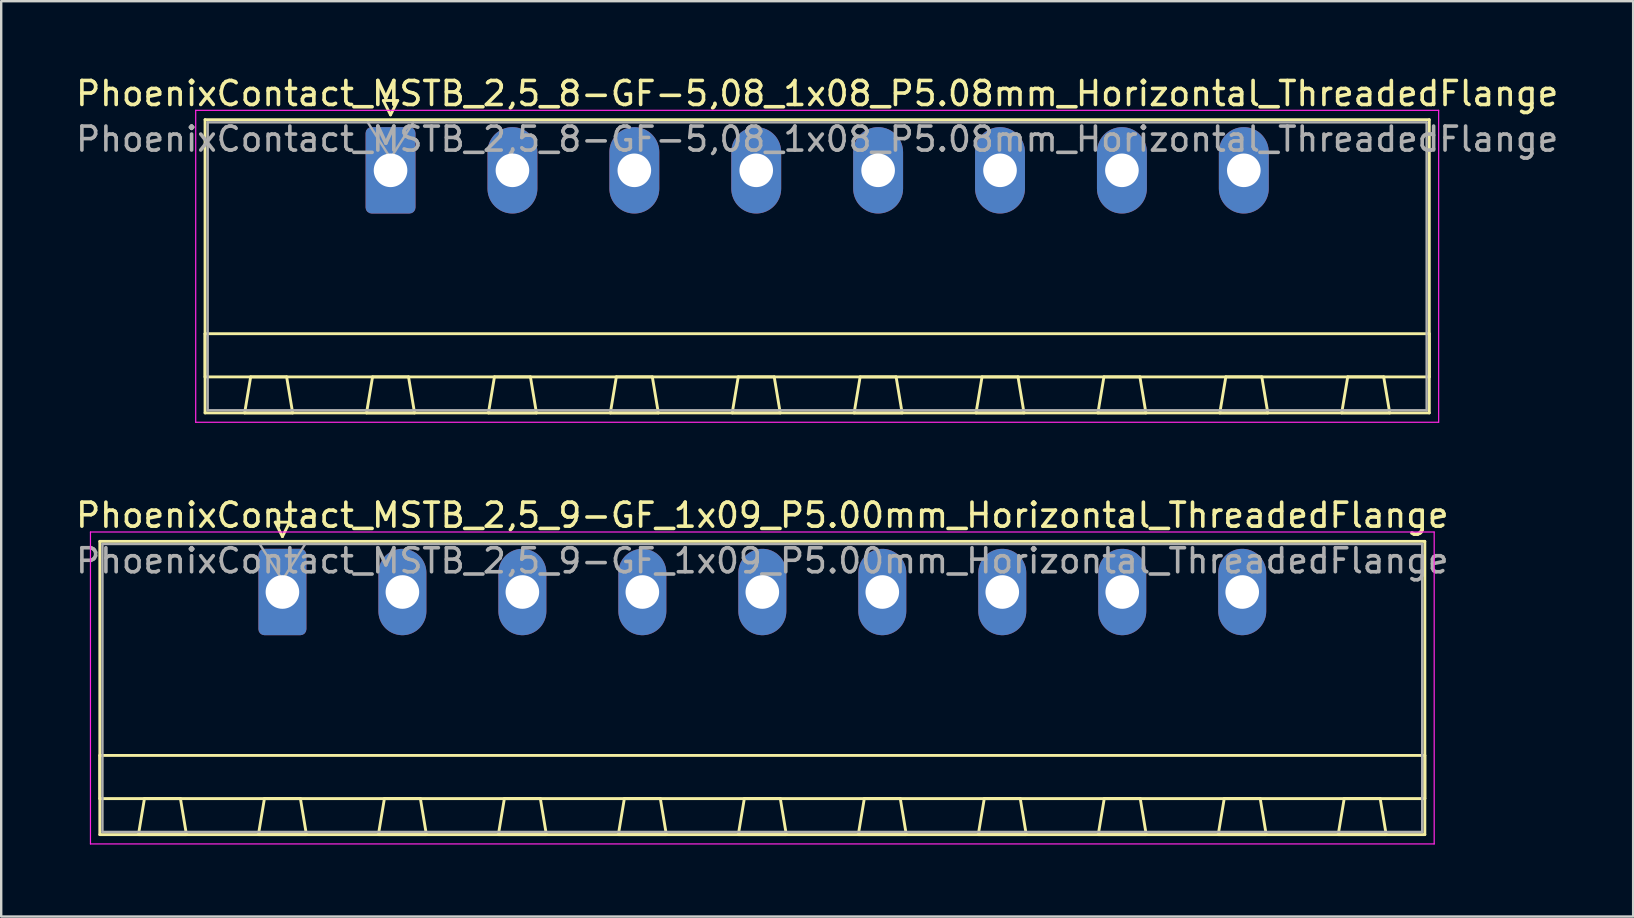
<source format=kicad_pcb>
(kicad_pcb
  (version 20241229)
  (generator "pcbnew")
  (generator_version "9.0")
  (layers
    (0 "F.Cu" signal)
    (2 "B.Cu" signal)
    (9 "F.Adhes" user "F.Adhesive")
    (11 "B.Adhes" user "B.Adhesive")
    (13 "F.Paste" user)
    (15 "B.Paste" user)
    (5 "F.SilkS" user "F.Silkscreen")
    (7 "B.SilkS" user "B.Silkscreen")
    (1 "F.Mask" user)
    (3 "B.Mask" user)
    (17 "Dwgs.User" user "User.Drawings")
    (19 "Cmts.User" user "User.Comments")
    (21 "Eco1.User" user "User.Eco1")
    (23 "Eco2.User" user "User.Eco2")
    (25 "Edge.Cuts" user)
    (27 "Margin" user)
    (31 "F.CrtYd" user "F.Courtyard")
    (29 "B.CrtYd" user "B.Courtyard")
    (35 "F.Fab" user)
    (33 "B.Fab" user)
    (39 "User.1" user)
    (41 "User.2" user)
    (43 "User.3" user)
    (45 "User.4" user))
  (footprint "PhoenixContact_MSTB_2,5_8-GF-5,08_1x08_P5.08mm_Horizontal_ThreadedFlange"
    (layer "F.Cu")
    (at 13.226 4.048)
    (property "Reference" "PhoenixContact_MSTB_2,5_8-GF-5,08_1x08_P5.08mm_Horizontal_ThreadedFlange" (at 17.78 -3.2 0) (layer "F.SilkS") (effects (font (size 1 1) (thickness 0.15))))
    (attr through_hole)
    (fp_line (start -7.73 -2.11) (end -7.73 10.11) (stroke (width 0.12) (type solid)) (layer "F.SilkS"))
    (fp_line (start -7.73 6.81) (end 43.29 6.81) (stroke (width 0.12) (type solid)) (layer "F.SilkS"))
    (fp_line (start -7.73 8.61) (end -7.73 6.81) (stroke (width 0.12) (type solid)) (layer "F.SilkS"))
    (fp_line (start -7.73 10.11) (end 43.29 10.11) (stroke (width 0.12) (type solid)) (layer "F.SilkS"))
    (fp_line (start -6.08 10.11) (end -4.08 10.11) (stroke (width 0.12) (type solid)) (layer "F.SilkS"))
    (fp_line (start -5.83 8.61) (end -6.08 10.11) (stroke (width 0.12) (type solid)) (layer "F.SilkS"))
    (fp_line (start -4.33 8.61) (end -5.83 8.61) (stroke (width 0.12) (type solid)) (layer "F.SilkS"))
    (fp_line (start -4.08 10.11) (end -4.33 8.61) (stroke (width 0.12) (type solid)) (layer "F.SilkS"))
    (fp_line (start -1 10.11) (end 1 10.11) (stroke (width 0.12) (type solid)) (layer "F.SilkS"))
    (fp_line (start -0.75 8.61) (end -1 10.11) (stroke (width 0.12) (type solid)) (layer "F.SilkS"))
    (fp_line (start -0.3 -2.91) (end 0.3 -2.91) (stroke (width 0.12) (type solid)) (layer "F.SilkS"))
    (fp_line (start 0 -2.31) (end -0.3 -2.91) (stroke (width 0.12) (type solid)) (layer "F.SilkS"))
    (fp_line (start 0.3 -2.91) (end 0 -2.31) (stroke (width 0.12) (type solid)) (layer "F.SilkS"))
    (fp_line (start 0.75 8.61) (end -0.75 8.61) (stroke (width 0.12) (type solid)) (layer "F.SilkS"))
    (fp_line (start 1 10.11) (end 0.75 8.61) (stroke (width 0.12) (type solid)) (layer "F.SilkS"))
    (fp_line (start 4.08 10.11) (end 6.08 10.11) (stroke (width 0.12) (type solid)) (layer "F.SilkS"))
    (fp_line (start 4.33 8.61) (end 4.08 10.11) (stroke (width 0.12) (type solid)) (layer "F.SilkS"))
    (fp_line (start 5.83 8.61) (end 4.33 8.61) (stroke (width 0.12) (type solid)) (layer "F.SilkS"))
    (fp_line (start 6.08 10.11) (end 5.83 8.61) (stroke (width 0.12) (type solid)) (layer "F.SilkS"))
    (fp_line (start 9.16 10.11) (end 11.16 10.11) (stroke (width 0.12) (type solid)) (layer "F.SilkS"))
    (fp_line (start 9.41 8.61) (end 9.16 10.11) (stroke (width 0.12) (type solid)) (layer "F.SilkS"))
    (fp_line (start 10.91 8.61) (end 9.41 8.61) (stroke (width 0.12) (type solid)) (layer "F.SilkS"))
    (fp_line (start 11.16 10.11) (end 10.91 8.61) (stroke (width 0.12) (type solid)) (layer "F.SilkS"))
    (fp_line (start 14.24 10.11) (end 16.24 10.11) (stroke (width 0.12) (type solid)) (layer "F.SilkS"))
    (fp_line (start 14.49 8.61) (end 14.24 10.11) (stroke (width 0.12) (type solid)) (layer "F.SilkS"))
    (fp_line (start 15.99 8.61) (end 14.49 8.61) (stroke (width 0.12) (type solid)) (layer "F.SilkS"))
    (fp_line (start 16.24 10.11) (end 15.99 8.61) (stroke (width 0.12) (type solid)) (layer "F.SilkS"))
    (fp_line (start 19.32 10.11) (end 21.32 10.11) (stroke (width 0.12) (type solid)) (layer "F.SilkS"))
    (fp_line (start 19.57 8.61) (end 19.32 10.11) (stroke (width 0.12) (type solid)) (layer "F.SilkS"))
    (fp_line (start 21.07 8.61) (end 19.57 8.61) (stroke (width 0.12) (type solid)) (layer "F.SilkS"))
    (fp_line (start 21.32 10.11) (end 21.07 8.61) (stroke (width 0.12) (type solid)) (layer "F.SilkS"))
    (fp_line (start 24.4 10.11) (end 26.4 10.11) (stroke (width 0.12) (type solid)) (layer "F.SilkS"))
    (fp_line (start 24.65 8.61) (end 24.4 10.11) (stroke (width 0.12) (type solid)) (layer "F.SilkS"))
    (fp_line (start 26.15 8.61) (end 24.65 8.61) (stroke (width 0.12) (type solid)) (layer "F.SilkS"))
    (fp_line (start 26.4 10.11) (end 26.15 8.61) (stroke (width 0.12) (type solid)) (layer "F.SilkS"))
    (fp_line (start 29.48 10.11) (end 31.48 10.11) (stroke (width 0.12) (type solid)) (layer "F.SilkS"))
    (fp_line (start 29.73 8.61) (end 29.48 10.11) (stroke (width 0.12) (type solid)) (layer "F.SilkS"))
    (fp_line (start 31.23 8.61) (end 29.73 8.61) (stroke (width 0.12) (type solid)) (layer "F.SilkS"))
    (fp_line (start 31.48 10.11) (end 31.23 8.61) (stroke (width 0.12) (type solid)) (layer "F.SilkS"))
    (fp_line (start 34.56 10.11) (end 36.56 10.11) (stroke (width 0.12) (type solid)) (layer "F.SilkS"))
    (fp_line (start 34.81 8.61) (end 34.56 10.11) (stroke (width 0.12) (type solid)) (layer "F.SilkS"))
    (fp_line (start 36.31 8.61) (end 34.81 8.61) (stroke (width 0.12) (type solid)) (layer "F.SilkS"))
    (fp_line (start 36.56 10.11) (end 36.31 8.61) (stroke (width 0.12) (type solid)) (layer "F.SilkS"))
    (fp_line (start 39.64 10.11) (end 41.64 10.11) (stroke (width 0.12) (type solid)) (layer "F.SilkS"))
    (fp_line (start 39.89 8.61) (end 39.64 10.11) (stroke (width 0.12) (type solid)) (layer "F.SilkS"))
    (fp_line (start 41.39 8.61) (end 39.89 8.61) (stroke (width 0.12) (type solid)) (layer "F.SilkS"))
    (fp_line (start 41.64 10.11) (end 41.39 8.61) (stroke (width 0.12) (type solid)) (layer "F.SilkS"))
    (fp_line (start 43.29 -2.11) (end -7.73 -2.11) (stroke (width 0.12) (type solid)) (layer "F.SilkS"))
    (fp_line (start 43.29 6.81) (end 43.29 8.61) (stroke (width 0.12) (type solid)) (layer "F.SilkS"))
    (fp_line (start 43.29 8.61) (end -7.73 8.61) (stroke (width 0.12) (type solid)) (layer "F.SilkS"))
    (fp_line (start 43.29 10.11) (end 43.29 -2.11) (stroke (width 0.12) (type solid)) (layer "F.SilkS"))
    (fp_line (start -8.12 -2.5) (end -8.12 10.5) (stroke (width 0.05) (type solid)) (layer "F.CrtYd"))
    (fp_line (start -8.12 10.5) (end 43.68 10.5) (stroke (width 0.05) (type solid)) (layer "F.CrtYd"))
    (fp_line (start 43.68 -2.5) (end -8.12 -2.5) (stroke (width 0.05) (type solid)) (layer "F.CrtYd"))
    (fp_line (start 43.68 10.5) (end 43.68 -2.5) (stroke (width 0.05) (type solid)) (layer "F.CrtYd"))
    (fp_line (start -7.62 -2) (end -7.62 10) (stroke (width 0.1) (type solid)) (layer "F.Fab"))
    (fp_line (start -7.62 10) (end 43.18 10) (stroke (width 0.1) (type solid)) (layer "F.Fab"))
    (fp_line (start 0 -0.5) (end -0.95 -2) (stroke (width 0.1) (type solid)) (layer "F.Fab"))
    (fp_line (start 0.95 -2) (end 0 -0.5) (stroke (width 0.1) (type solid)) (layer "F.Fab"))
    (fp_line (start 43.18 -2) (end -7.62 -2) (stroke (width 0.1) (type solid)) (layer "F.Fab"))
    (fp_line (start 43.18 10) (end 43.18 -2) (stroke (width 0.1) (type solid)) (layer "F.Fab"))
    (fp_text user "${REFERENCE}" (at 17.78 -1.3 0) (layer "F.Fab") (effects (font (size 1 1) (thickness 0.15))))
    (pad "1" thru_hole roundrect (at 0 0) (size 2.08 3.6) (drill 1.4) (layers "*.Cu" "*.Mask") (roundrect_rratio 0.12))
    (pad "2" thru_hole oval (at 5.08 0) (size 2.08 3.6) (drill 1.4) (layers "*.Cu" "*.Mask"))
    (pad "3" thru_hole oval (at 10.16 0) (size 2.08 3.6) (drill 1.4) (layers "*.Cu" "*.Mask"))
    (pad "4" thru_hole oval (at 15.24 0) (size 2.08 3.6) (drill 1.4) (layers "*.Cu" "*.Mask"))
    (pad "5" thru_hole oval (at 20.32 0) (size 2.08 3.6) (drill 1.4) (layers "*.Cu" "*.Mask"))
    (pad "6" thru_hole oval (at 25.4 0) (size 2.08 3.6) (drill 1.4) (layers "*.Cu" "*.Mask"))
    (pad "7" thru_hole oval (at 30.48 0) (size 2.08 3.6) (drill 1.4) (layers "*.Cu" "*.Mask"))
    (pad "8" thru_hole oval (at 35.56 0) (size 2.08 3.6) (drill 1.4) (layers "*.Cu" "*.Mask")))
  (footprint "PhoenixContact_MSTB_2,5_9-GF_1x09_P5.00mm_Horizontal_ThreadedFlange"
    (layer "F.Cu")
    (at 8.72 21.622)
    (property "Reference" "PhoenixContact_MSTB_2,5_9-GF_1x09_P5.00mm_Horizontal_ThreadedFlange" (at 20 -3.2 0) (layer "F.SilkS") (effects (font (size 1 1) (thickness 0.15))))
    (attr through_hole)
    (fp_line (start -7.61 -2.11) (end -7.61 10.11) (stroke (width 0.12) (type solid)) (layer "F.SilkS"))
    (fp_line (start -7.61 6.81) (end 47.61 6.81) (stroke (width 0.12) (type solid)) (layer "F.SilkS"))
    (fp_line (start -7.61 8.61) (end -7.61 6.81) (stroke (width 0.12) (type solid)) (layer "F.SilkS"))
    (fp_line (start -7.61 10.11) (end 47.61 10.11) (stroke (width 0.12) (type solid)) (layer "F.SilkS"))
    (fp_line (start -6 10.11) (end -4 10.11) (stroke (width 0.12) (type solid)) (layer "F.SilkS"))
    (fp_line (start -5.75 8.61) (end -6 10.11) (stroke (width 0.12) (type solid)) (layer "F.SilkS"))
    (fp_line (start -4.25 8.61) (end -5.75 8.61) (stroke (width 0.12) (type solid)) (layer "F.SilkS"))
    (fp_line (start -4 10.11) (end -4.25 8.61) (stroke (width 0.12) (type solid)) (layer "F.SilkS"))
    (fp_line (start -1 10.11) (end 1 10.11) (stroke (width 0.12) (type solid)) (layer "F.SilkS"))
    (fp_line (start -0.75 8.61) (end -1 10.11) (stroke (width 0.12) (type solid)) (layer "F.SilkS"))
    (fp_line (start -0.3 -2.91) (end 0.3 -2.91) (stroke (width 0.12) (type solid)) (layer "F.SilkS"))
    (fp_line (start 0 -2.31) (end -0.3 -2.91) (stroke (width 0.12) (type solid)) (layer "F.SilkS"))
    (fp_line (start 0.3 -2.91) (end 0 -2.31) (stroke (width 0.12) (type solid)) (layer "F.SilkS"))
    (fp_line (start 0.75 8.61) (end -0.75 8.61) (stroke (width 0.12) (type solid)) (layer "F.SilkS"))
    (fp_line (start 1 10.11) (end 0.75 8.61) (stroke (width 0.12) (type solid)) (layer "F.SilkS"))
    (fp_line (start 4 10.11) (end 6 10.11) (stroke (width 0.12) (type solid)) (layer "F.SilkS"))
    (fp_line (start 4.25 8.61) (end 4 10.11) (stroke (width 0.12) (type solid)) (layer "F.SilkS"))
    (fp_line (start 5.75 8.61) (end 4.25 8.61) (stroke (width 0.12) (type solid)) (layer "F.SilkS"))
    (fp_line (start 6 10.11) (end 5.75 8.61) (stroke (width 0.12) (type solid)) (layer "F.SilkS"))
    (fp_line (start 9 10.11) (end 11 10.11) (stroke (width 0.12) (type solid)) (layer "F.SilkS"))
    (fp_line (start 9.25 8.61) (end 9 10.11) (stroke (width 0.12) (type solid)) (layer "F.SilkS"))
    (fp_line (start 10.75 8.61) (end 9.25 8.61) (stroke (width 0.12) (type solid)) (layer "F.SilkS"))
    (fp_line (start 11 10.11) (end 10.75 8.61) (stroke (width 0.12) (type solid)) (layer "F.SilkS"))
    (fp_line (start 14 10.11) (end 16 10.11) (stroke (width 0.12) (type solid)) (layer "F.SilkS"))
    (fp_line (start 14.25 8.61) (end 14 10.11) (stroke (width 0.12) (type solid)) (layer "F.SilkS"))
    (fp_line (start 15.75 8.61) (end 14.25 8.61) (stroke (width 0.12) (type solid)) (layer "F.SilkS"))
    (fp_line (start 16 10.11) (end 15.75 8.61) (stroke (width 0.12) (type solid)) (layer "F.SilkS"))
    (fp_line (start 19 10.11) (end 21 10.11) (stroke (width 0.12) (type solid)) (layer "F.SilkS"))
    (fp_line (start 19.25 8.61) (end 19 10.11) (stroke (width 0.12) (type solid)) (layer "F.SilkS"))
    (fp_line (start 20.75 8.61) (end 19.25 8.61) (stroke (width 0.12) (type solid)) (layer "F.SilkS"))
    (fp_line (start 21 10.11) (end 20.75 8.61) (stroke (width 0.12) (type solid)) (layer "F.SilkS"))
    (fp_line (start 24 10.11) (end 26 10.11) (stroke (width 0.12) (type solid)) (layer "F.SilkS"))
    (fp_line (start 24.25 8.61) (end 24 10.11) (stroke (width 0.12) (type solid)) (layer "F.SilkS"))
    (fp_line (start 25.75 8.61) (end 24.25 8.61) (stroke (width 0.12) (type solid)) (layer "F.SilkS"))
    (fp_line (start 26 10.11) (end 25.75 8.61) (stroke (width 0.12) (type solid)) (layer "F.SilkS"))
    (fp_line (start 29 10.11) (end 31 10.11) (stroke (width 0.12) (type solid)) (layer "F.SilkS"))
    (fp_line (start 29.25 8.61) (end 29 10.11) (stroke (width 0.12) (type solid)) (layer "F.SilkS"))
    (fp_line (start 30.75 8.61) (end 29.25 8.61) (stroke (width 0.12) (type solid)) (layer "F.SilkS"))
    (fp_line (start 31 10.11) (end 30.75 8.61) (stroke (width 0.12) (type solid)) (layer "F.SilkS"))
    (fp_line (start 34 10.11) (end 36 10.11) (stroke (width 0.12) (type solid)) (layer "F.SilkS"))
    (fp_line (start 34.25 8.61) (end 34 10.11) (stroke (width 0.12) (type solid)) (layer "F.SilkS"))
    (fp_line (start 35.75 8.61) (end 34.25 8.61) (stroke (width 0.12) (type solid)) (layer "F.SilkS"))
    (fp_line (start 36 10.11) (end 35.75 8.61) (stroke (width 0.12) (type solid)) (layer "F.SilkS"))
    (fp_line (start 39 10.11) (end 41 10.11) (stroke (width 0.12) (type solid)) (layer "F.SilkS"))
    (fp_line (start 39.25 8.61) (end 39 10.11) (stroke (width 0.12) (type solid)) (layer "F.SilkS"))
    (fp_line (start 40.75 8.61) (end 39.25 8.61) (stroke (width 0.12) (type solid)) (layer "F.SilkS"))
    (fp_line (start 41 10.11) (end 40.75 8.61) (stroke (width 0.12) (type solid)) (layer "F.SilkS"))
    (fp_line (start 44 10.11) (end 46 10.11) (stroke (width 0.12) (type solid)) (layer "F.SilkS"))
    (fp_line (start 44.25 8.61) (end 44 10.11) (stroke (width 0.12) (type solid)) (layer "F.SilkS"))
    (fp_line (start 45.75 8.61) (end 44.25 8.61) (stroke (width 0.12) (type solid)) (layer "F.SilkS"))
    (fp_line (start 46 10.11) (end 45.75 8.61) (stroke (width 0.12) (type solid)) (layer "F.SilkS"))
    (fp_line (start 47.61 -2.11) (end -7.61 -2.11) (stroke (width 0.12) (type solid)) (layer "F.SilkS"))
    (fp_line (start 47.61 6.81) (end 47.61 8.61) (stroke (width 0.12) (type solid)) (layer "F.SilkS"))
    (fp_line (start 47.61 8.61) (end -7.61 8.61) (stroke (width 0.12) (type solid)) (layer "F.SilkS"))
    (fp_line (start 47.61 10.11) (end 47.61 -2.11) (stroke (width 0.12) (type solid)) (layer "F.SilkS"))
    (fp_line (start -8 -2.5) (end -8 10.5) (stroke (width 0.05) (type solid)) (layer "F.CrtYd"))
    (fp_line (start -8 10.5) (end 48 10.5) (stroke (width 0.05) (type solid)) (layer "F.CrtYd"))
    (fp_line (start 48 -2.5) (end -8 -2.5) (stroke (width 0.05) (type solid)) (layer "F.CrtYd"))
    (fp_line (start 48 10.5) (end 48 -2.5) (stroke (width 0.05) (type solid)) (layer "F.CrtYd"))
    (fp_line (start -7.5 -2) (end -7.5 10) (stroke (width 0.1) (type solid)) (layer "F.Fab"))
    (fp_line (start -7.5 10) (end 47.5 10) (stroke (width 0.1) (type solid)) (layer "F.Fab"))
    (fp_line (start 0 -0.5) (end -0.95 -2) (stroke (width 0.1) (type solid)) (layer "F.Fab"))
    (fp_line (start 0.95 -2) (end 0 -0.5) (stroke (width 0.1) (type solid)) (layer "F.Fab"))
    (fp_line (start 47.5 -2) (end -7.5 -2) (stroke (width 0.1) (type solid)) (layer "F.Fab"))
    (fp_line (start 47.5 10) (end 47.5 -2) (stroke (width 0.1) (type solid)) (layer "F.Fab"))
    (fp_text user "${REFERENCE}" (at 20 -1.3 0) (layer "F.Fab") (effects (font (size 1 1) (thickness 0.15))))
    (pad "1" thru_hole roundrect (at 0 0) (size 2 3.6) (drill 1.4) (layers "*.Cu" "*.Mask") (roundrect_rratio 0.125))
    (pad "2" thru_hole oval (at 5 0) (size 2 3.6) (drill 1.4) (layers "*.Cu" "*.Mask"))
    (pad "3" thru_hole oval (at 10 0) (size 2 3.6) (drill 1.4) (layers "*.Cu" "*.Mask"))
    (pad "4" thru_hole oval (at 15 0) (size 2 3.6) (drill 1.4) (layers "*.Cu" "*.Mask"))
    (pad "5" thru_hole oval (at 20 0) (size 2 3.6) (drill 1.4) (layers "*.Cu" "*.Mask"))
    (pad "6" thru_hole oval (at 25 0) (size 2 3.6) (drill 1.4) (layers "*.Cu" "*.Mask"))
    (pad "7" thru_hole oval (at 30 0) (size 2 3.6) (drill 1.4) (layers "*.Cu" "*.Mask"))
    (pad "8" thru_hole oval (at 35 0) (size 2 3.6) (drill 1.4) (layers "*.Cu" "*.Mask"))
    (pad "9" thru_hole oval (at 40 0) (size 2 3.6) (drill 1.4) (layers "*.Cu" "*.Mask")))
  (gr_rect
    (start -3 -3)
    (end 65.012 35.147)
    (stroke (width 0.1) (type default))
    (fill no)
    (layer "Edge.Cuts")))
</source>
